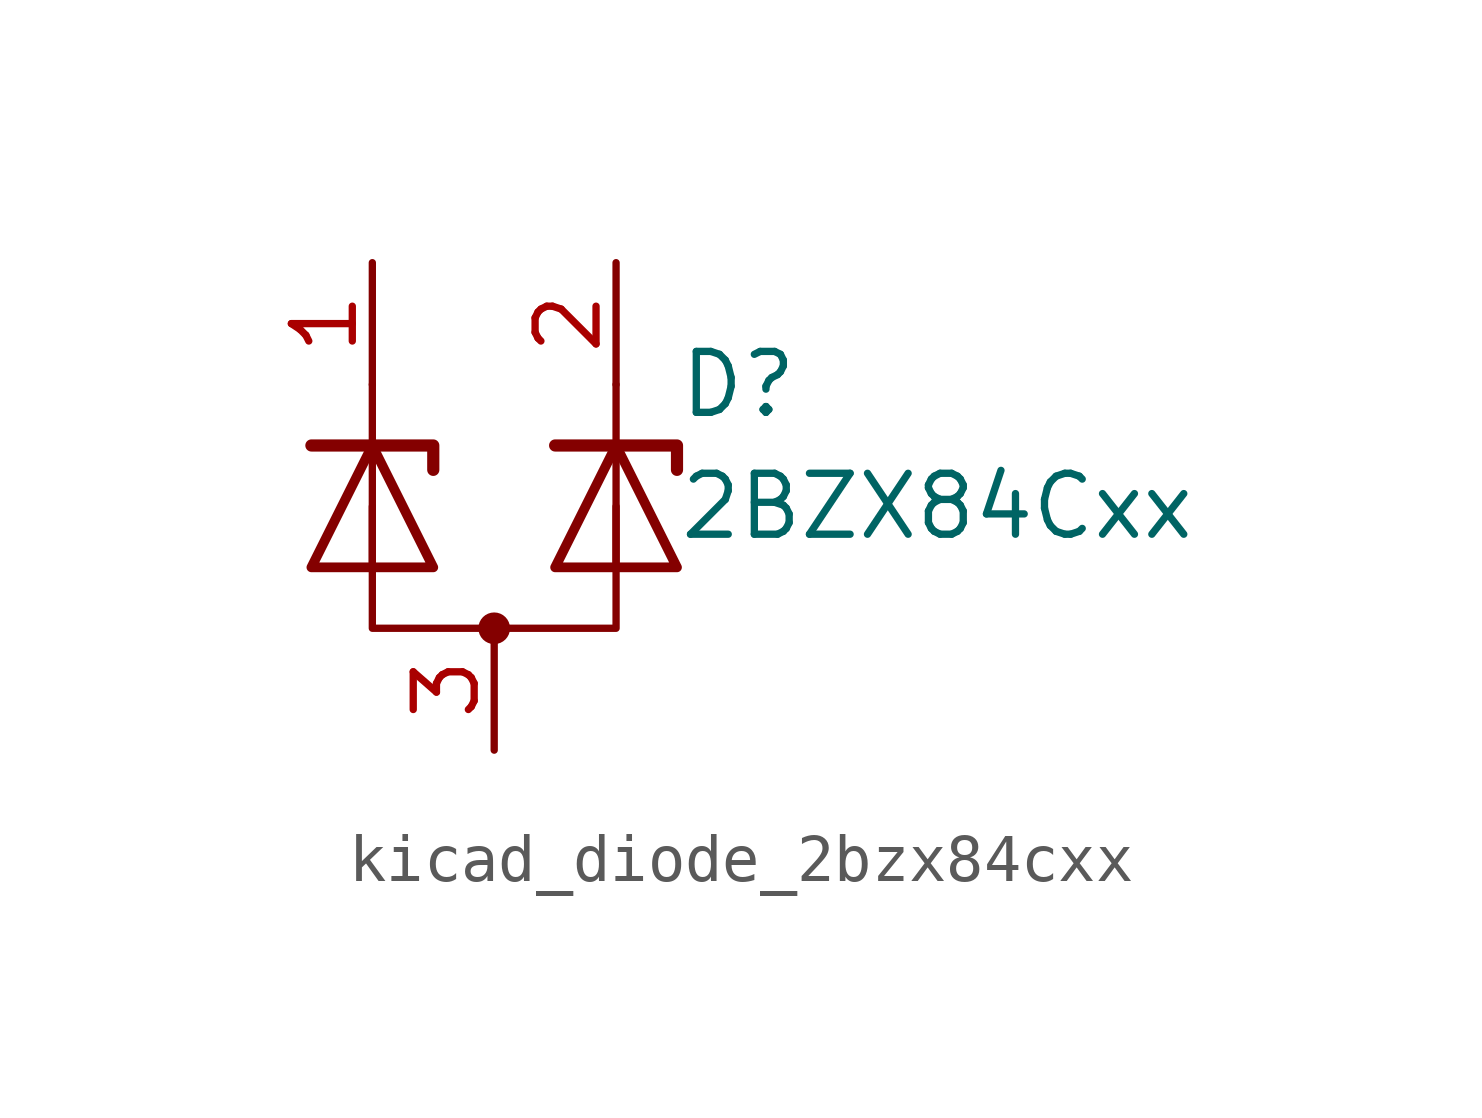
<source format=kicad_sym>
(kicad_symbol_lib
  (version 20220914)
  (generator kicad_symbol_editor)
  (symbol "kicad_diode_2bzx84cxx"
    (pin_names
      (offset 1.016) hide)
    (property "Reference" "D"
      (at 3.81 2.54 0)
      (effects (font (size 1.27 1.27)) (justify left)))
    (property "Value" "2BZX84Cxx"
      (at 3.81 0 0)
      (effects (font (size 1.27 1.27)) (justify left)))
    (symbol "kicad_diode_2bzx84cxx_0_1"
      (circle (center 0 -2.54) (radius 0.254) (stroke (width 0) (type default)) (fill (type outline)))
      (polyline (pts (xy -2.54 -1.27) (xy -2.54 2.54)) (stroke (width 0) (type default)) (fill (type none)))
      (polyline (pts (xy 2.54 -1.27) (xy 2.54 2.54)) (stroke (width 0) (type default)) (fill (type none)))
      (polyline (pts (xy -3.81 1.27) (xy -1.27 1.27) (xy -1.27 0.762)) (stroke (width 0.254) (type default)) (fill (type none)))
      (polyline (pts (xy 1.27 1.27) (xy 3.81 1.27) (xy 3.81 0.762)) (stroke (width 0.254) (type default)) (fill (type none)))
      (polyline (pts (xy -2.54 0) (xy -2.54 -2.54) (xy 2.54 -2.54) (xy 2.54 0)) (stroke (width 0) (type default)) (fill (type none))))
    (symbol "kicad_diode_2bzx84cxx_1_1"
      (polyline (pts (xy -3.81 -1.27) (xy -1.27 -1.27) (xy -2.54 1.27) (xy -3.81 -1.27)) (stroke (width 0.203) (type default)) (fill (type none)))
      (polyline (pts (xy 1.27 -1.27) (xy 3.81 -1.27) (xy 2.54 1.27) (xy 1.27 -1.27)) (stroke (width 0.203) (type default)) (fill (type none)))
      (pin passive line (at -2.54 5.08 270) (length 2.54) (name "K" (effects (font (size 1.27 1.27)))) (number "1" (effects (font (size 1.27 1.27)))))
      (pin passive line (at 2.54 5.08 270) (length 2.54) (name "K" (effects (font (size 1.27 1.27)))) (number "2" (effects (font (size 1.27 1.27)))))
      (pin passive line (at 0 -5.08 90) (length 2.54) (name "A" (effects (font (size 1.27 1.27)))) (number "3" (effects (font (size 1.27 1.27))))))))
</source>
